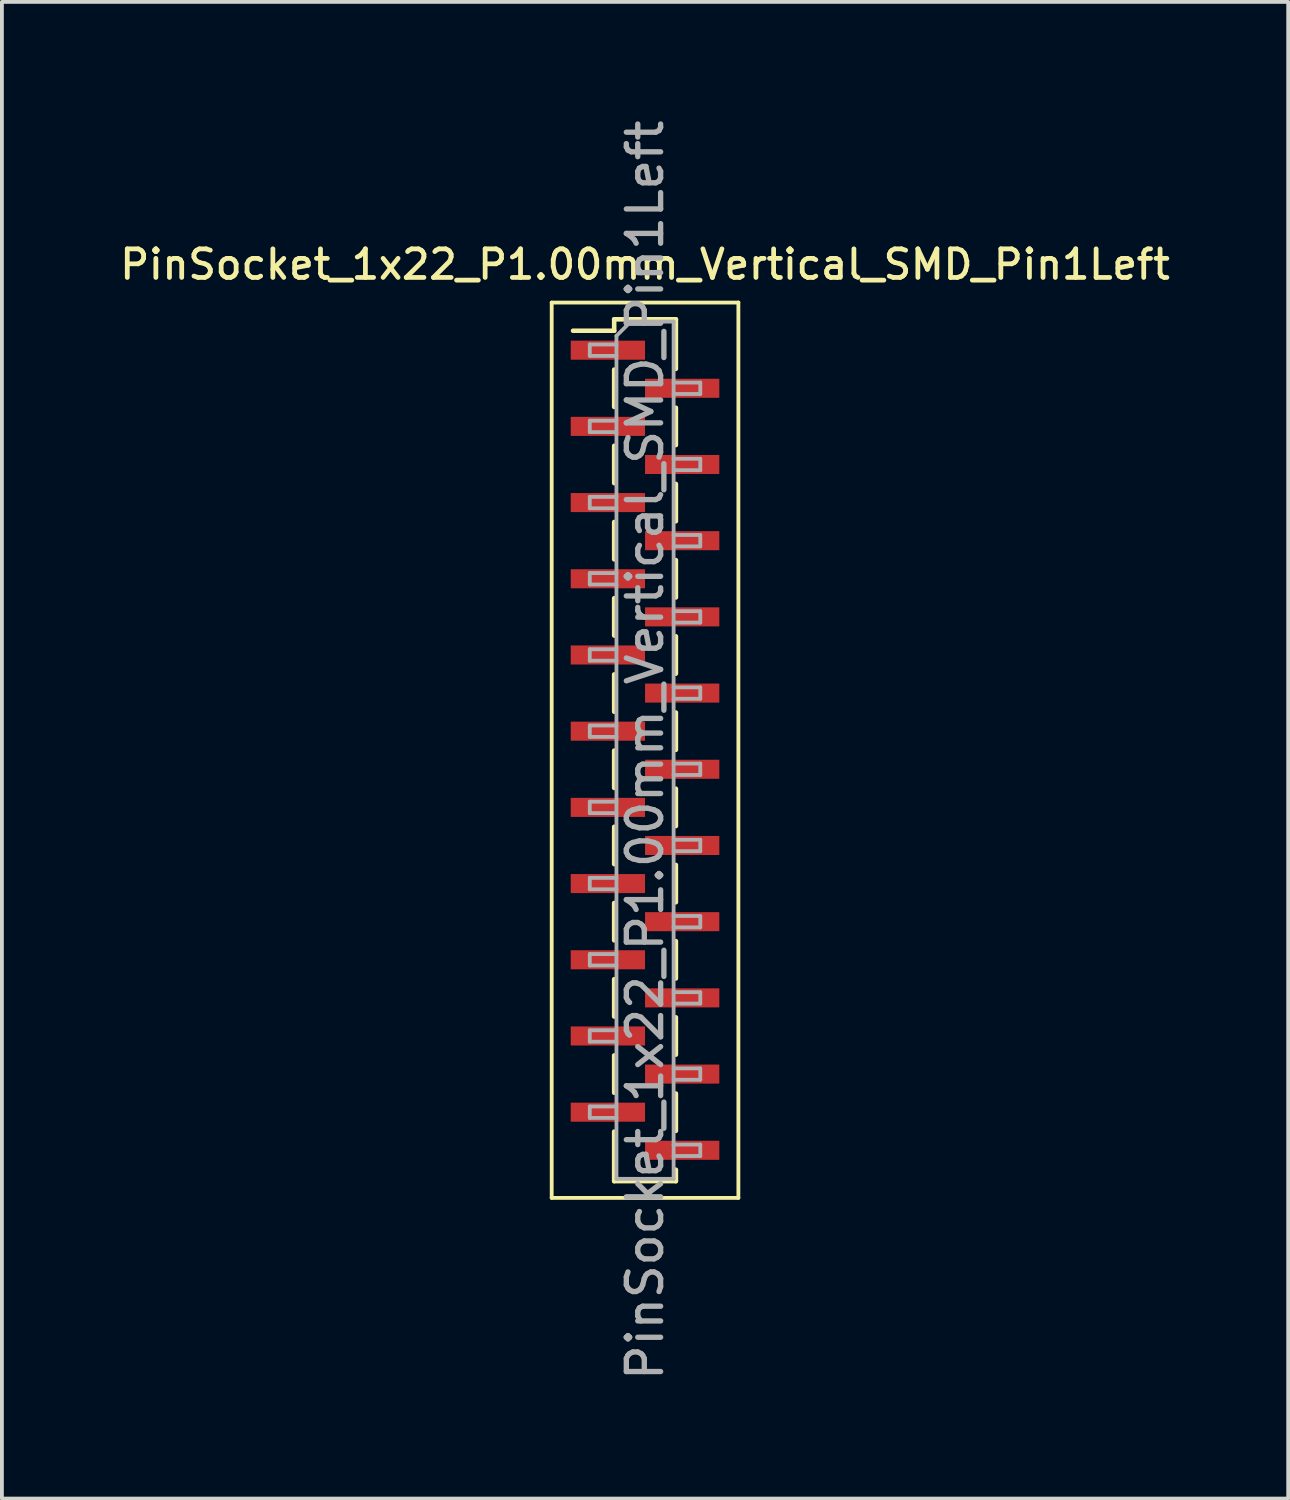
<source format=kicad_pcb>
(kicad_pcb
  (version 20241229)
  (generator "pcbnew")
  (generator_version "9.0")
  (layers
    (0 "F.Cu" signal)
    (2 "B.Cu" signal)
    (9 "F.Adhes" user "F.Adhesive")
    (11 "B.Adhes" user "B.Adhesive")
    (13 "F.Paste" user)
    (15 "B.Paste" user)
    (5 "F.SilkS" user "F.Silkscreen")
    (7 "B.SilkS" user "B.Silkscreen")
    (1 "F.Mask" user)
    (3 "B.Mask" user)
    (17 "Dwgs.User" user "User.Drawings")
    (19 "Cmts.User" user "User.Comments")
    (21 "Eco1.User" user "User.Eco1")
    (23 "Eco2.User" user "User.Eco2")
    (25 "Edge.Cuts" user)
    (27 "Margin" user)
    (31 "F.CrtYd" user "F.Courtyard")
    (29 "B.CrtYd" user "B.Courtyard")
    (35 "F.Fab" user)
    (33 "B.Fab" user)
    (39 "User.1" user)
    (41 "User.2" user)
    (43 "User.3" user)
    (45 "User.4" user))
  (footprint "PinSocket_1x22_P1.00mm_Vertical_SMD_Pin1Left"
    (layer "F.Cu")
    (at 13.88 16.641)
    (property "Reference" "PinSocket_1x22_P1.00mm_Vertical_SMD_Pin1Left" (at 0 -12.75 0) (layer "F.SilkS") (effects (font (size 0.75 0.75) (thickness 0.125))))
    (attr smd)
    (fp_line (start -2.45 -11.75) (end 2.45 -11.75) (stroke (width 0.1) (type solid)) (layer "F.SilkS"))
    (fp_line (start -2.45 11.75) (end -2.45 -11.75) (stroke (width 0.1) (type solid)) (layer "F.SilkS"))
    (fp_line (start -1.89 -11.01) (end -0.81 -11.01) (stroke (width 0.12) (type solid)) (layer "F.SilkS"))
    (fp_line (start -0.81 -11.31) (end -0.81 -11.01) (stroke (width 0.12) (type solid)) (layer "F.SilkS"))
    (fp_line (start -0.81 -11.31) (end 0.81 -11.31) (stroke (width 0.12) (type solid)) (layer "F.SilkS"))
    (fp_line (start -0.81 -9.99) (end -0.81 -9.01) (stroke (width 0.12) (type solid)) (layer "F.SilkS"))
    (fp_line (start -0.81 -7.99) (end -0.81 -7.01) (stroke (width 0.12) (type solid)) (layer "F.SilkS"))
    (fp_line (start -0.81 -5.99) (end -0.81 -5.01) (stroke (width 0.12) (type solid)) (layer "F.SilkS"))
    (fp_line (start -0.81 -3.99) (end -0.81 -3.01) (stroke (width 0.12) (type solid)) (layer "F.SilkS"))
    (fp_line (start -0.81 -1.99) (end -0.81 -1.01) (stroke (width 0.12) (type solid)) (layer "F.SilkS"))
    (fp_line (start -0.81 0.01) (end -0.81 0.99) (stroke (width 0.12) (type solid)) (layer "F.SilkS"))
    (fp_line (start -0.81 2.01) (end -0.81 2.99) (stroke (width 0.12) (type solid)) (layer "F.SilkS"))
    (fp_line (start -0.81 4.01) (end -0.81 4.99) (stroke (width 0.12) (type solid)) (layer "F.SilkS"))
    (fp_line (start -0.81 6.01) (end -0.81 6.99) (stroke (width 0.12) (type solid)) (layer "F.SilkS"))
    (fp_line (start -0.81 8.01) (end -0.81 8.99) (stroke (width 0.12) (type solid)) (layer "F.SilkS"))
    (fp_line (start -0.81 10.01) (end -0.81 11.31) (stroke (width 0.12) (type solid)) (layer "F.SilkS"))
    (fp_line (start -0.81 11.31) (end 0.81 11.31) (stroke (width 0.12) (type solid)) (layer "F.SilkS"))
    (fp_line (start 0.81 -11.31) (end 0.81 -10.01) (stroke (width 0.12) (type solid)) (layer "F.SilkS"))
    (fp_line (start 0.81 -8.99) (end 0.81 -8.01) (stroke (width 0.12) (type solid)) (layer "F.SilkS"))
    (fp_line (start 0.81 -6.99) (end 0.81 -6.01) (stroke (width 0.12) (type solid)) (layer "F.SilkS"))
    (fp_line (start 0.81 -4.99) (end 0.81 -4.01) (stroke (width 0.12) (type solid)) (layer "F.SilkS"))
    (fp_line (start 0.81 -2.99) (end 0.81 -2.01) (stroke (width 0.12) (type solid)) (layer "F.SilkS"))
    (fp_line (start 0.81 -0.99) (end 0.81 -0.01) (stroke (width 0.12) (type solid)) (layer "F.SilkS"))
    (fp_line (start 0.81 1.01) (end 0.81 1.99) (stroke (width 0.12) (type solid)) (layer "F.SilkS"))
    (fp_line (start 0.81 3.01) (end 0.81 3.99) (stroke (width 0.12) (type solid)) (layer "F.SilkS"))
    (fp_line (start 0.81 5.01) (end 0.81 5.99) (stroke (width 0.12) (type solid)) (layer "F.SilkS"))
    (fp_line (start 0.81 7.01) (end 0.81 7.99) (stroke (width 0.12) (type solid)) (layer "F.SilkS"))
    (fp_line (start 0.81 9.01) (end 0.81 9.99) (stroke (width 0.12) (type solid)) (layer "F.SilkS"))
    (fp_line (start 0.81 11.01) (end 0.81 11.31) (stroke (width 0.12) (type solid)) (layer "F.SilkS"))
    (fp_line (start 2.45 -11.75) (end 2.45 11.75) (stroke (width 0.1) (type solid)) (layer "F.SilkS"))
    (fp_line (start 2.45 11.75) (end -2.45 11.75) (stroke (width 0.1) (type solid)) (layer "F.SilkS"))
    (fp_line (start -1.45 -10.65) (end -0.75 -10.65) (stroke (width 0.1) (type solid)) (layer "F.Fab"))
    (fp_line (start -1.45 -10.35) (end -1.45 -10.65) (stroke (width 0.1) (type solid)) (layer "F.Fab"))
    (fp_line (start -1.45 -8.65) (end -0.75 -8.65) (stroke (width 0.1) (type solid)) (layer "F.Fab"))
    (fp_line (start -1.45 -8.35) (end -1.45 -8.65) (stroke (width 0.1) (type solid)) (layer "F.Fab"))
    (fp_line (start -1.45 -6.65) (end -0.75 -6.65) (stroke (width 0.1) (type solid)) (layer "F.Fab"))
    (fp_line (start -1.45 -6.35) (end -1.45 -6.65) (stroke (width 0.1) (type solid)) (layer "F.Fab"))
    (fp_line (start -1.45 -4.65) (end -0.75 -4.65) (stroke (width 0.1) (type solid)) (layer "F.Fab"))
    (fp_line (start -1.45 -4.35) (end -1.45 -4.65) (stroke (width 0.1) (type solid)) (layer "F.Fab"))
    (fp_line (start -1.45 -2.65) (end -0.75 -2.65) (stroke (width 0.1) (type solid)) (layer "F.Fab"))
    (fp_line (start -1.45 -2.35) (end -1.45 -2.65) (stroke (width 0.1) (type solid)) (layer "F.Fab"))
    (fp_line (start -1.45 -0.65) (end -0.75 -0.65) (stroke (width 0.1) (type solid)) (layer "F.Fab"))
    (fp_line (start -1.45 -0.35) (end -1.45 -0.65) (stroke (width 0.1) (type solid)) (layer "F.Fab"))
    (fp_line (start -1.45 1.35) (end -0.75 1.35) (stroke (width 0.1) (type solid)) (layer "F.Fab"))
    (fp_line (start -1.45 1.65) (end -1.45 1.35) (stroke (width 0.1) (type solid)) (layer "F.Fab"))
    (fp_line (start -1.45 3.35) (end -0.75 3.35) (stroke (width 0.1) (type solid)) (layer "F.Fab"))
    (fp_line (start -1.45 3.65) (end -1.45 3.35) (stroke (width 0.1) (type solid)) (layer "F.Fab"))
    (fp_line (start -1.45 5.35) (end -0.75 5.35) (stroke (width 0.1) (type solid)) (layer "F.Fab"))
    (fp_line (start -1.45 5.65) (end -1.45 5.35) (stroke (width 0.1) (type solid)) (layer "F.Fab"))
    (fp_line (start -1.45 7.35) (end -0.75 7.35) (stroke (width 0.1) (type solid)) (layer "F.Fab"))
    (fp_line (start -1.45 7.65) (end -1.45 7.35) (stroke (width 0.1) (type solid)) (layer "F.Fab"))
    (fp_line (start -1.45 9.35) (end -0.75 9.35) (stroke (width 0.1) (type solid)) (layer "F.Fab"))
    (fp_line (start -1.45 9.65) (end -1.45 9.35) (stroke (width 0.1) (type solid)) (layer "F.Fab"))
    (fp_line (start -0.75 -10.875) (end -0.375 -11.25) (stroke (width 0.1) (type solid)) (layer "F.Fab"))
    (fp_line (start -0.75 -10.35) (end -1.45 -10.35) (stroke (width 0.1) (type solid)) (layer "F.Fab"))
    (fp_line (start -0.75 -8.35) (end -1.45 -8.35) (stroke (width 0.1) (type solid)) (layer "F.Fab"))
    (fp_line (start -0.75 -6.35) (end -1.45 -6.35) (stroke (width 0.1) (type solid)) (layer "F.Fab"))
    (fp_line (start -0.75 -4.35) (end -1.45 -4.35) (stroke (width 0.1) (type solid)) (layer "F.Fab"))
    (fp_line (start -0.75 -2.35) (end -1.45 -2.35) (stroke (width 0.1) (type solid)) (layer "F.Fab"))
    (fp_line (start -0.75 -0.35) (end -1.45 -0.35) (stroke (width 0.1) (type solid)) (layer "F.Fab"))
    (fp_line (start -0.75 1.65) (end -1.45 1.65) (stroke (width 0.1) (type solid)) (layer "F.Fab"))
    (fp_line (start -0.75 3.65) (end -1.45 3.65) (stroke (width 0.1) (type solid)) (layer "F.Fab"))
    (fp_line (start -0.75 5.65) (end -1.45 5.65) (stroke (width 0.1) (type solid)) (layer "F.Fab"))
    (fp_line (start -0.75 7.65) (end -1.45 7.65) (stroke (width 0.1) (type solid)) (layer "F.Fab"))
    (fp_line (start -0.75 9.65) (end -1.45 9.65) (stroke (width 0.1) (type solid)) (layer "F.Fab"))
    (fp_line (start -0.75 11.25) (end -0.75 -10.875) (stroke (width 0.1) (type solid)) (layer "F.Fab"))
    (fp_line (start -0.375 -11.25) (end 0.75 -11.25) (stroke (width 0.1) (type solid)) (layer "F.Fab"))
    (fp_line (start 0.75 -11.25) (end 0.75 11.25) (stroke (width 0.1) (type solid)) (layer "F.Fab"))
    (fp_line (start 0.75 -9.65) (end 1.45 -9.65) (stroke (width 0.1) (type solid)) (layer "F.Fab"))
    (fp_line (start 0.75 -7.65) (end 1.45 -7.65) (stroke (width 0.1) (type solid)) (layer "F.Fab"))
    (fp_line (start 0.75 -5.65) (end 1.45 -5.65) (stroke (width 0.1) (type solid)) (layer "F.Fab"))
    (fp_line (start 0.75 -3.65) (end 1.45 -3.65) (stroke (width 0.1) (type solid)) (layer "F.Fab"))
    (fp_line (start 0.75 -1.65) (end 1.45 -1.65) (stroke (width 0.1) (type solid)) (layer "F.Fab"))
    (fp_line (start 0.75 0.35) (end 1.45 0.35) (stroke (width 0.1) (type solid)) (layer "F.Fab"))
    (fp_line (start 0.75 2.35) (end 1.45 2.35) (stroke (width 0.1) (type solid)) (layer "F.Fab"))
    (fp_line (start 0.75 4.35) (end 1.45 4.35) (stroke (width 0.1) (type solid)) (layer "F.Fab"))
    (fp_line (start 0.75 6.35) (end 1.45 6.35) (stroke (width 0.1) (type solid)) (layer "F.Fab"))
    (fp_line (start 0.75 8.35) (end 1.45 8.35) (stroke (width 0.1) (type solid)) (layer "F.Fab"))
    (fp_line (start 0.75 10.35) (end 1.45 10.35) (stroke (width 0.1) (type solid)) (layer "F.Fab"))
    (fp_line (start 0.75 11.25) (end -0.75 11.25) (stroke (width 0.1) (type solid)) (layer "F.Fab"))
    (fp_line (start 1.45 -9.65) (end 1.45 -9.35) (stroke (width 0.1) (type solid)) (layer "F.Fab"))
    (fp_line (start 1.45 -9.35) (end 0.75 -9.35) (stroke (width 0.1) (type solid)) (layer "F.Fab"))
    (fp_line (start 1.45 -7.65) (end 1.45 -7.35) (stroke (width 0.1) (type solid)) (layer "F.Fab"))
    (fp_line (start 1.45 -7.35) (end 0.75 -7.35) (stroke (width 0.1) (type solid)) (layer "F.Fab"))
    (fp_line (start 1.45 -5.65) (end 1.45 -5.35) (stroke (width 0.1) (type solid)) (layer "F.Fab"))
    (fp_line (start 1.45 -5.35) (end 0.75 -5.35) (stroke (width 0.1) (type solid)) (layer "F.Fab"))
    (fp_line (start 1.45 -3.65) (end 1.45 -3.35) (stroke (width 0.1) (type solid)) (layer "F.Fab"))
    (fp_line (start 1.45 -3.35) (end 0.75 -3.35) (stroke (width 0.1) (type solid)) (layer "F.Fab"))
    (fp_line (start 1.45 -1.65) (end 1.45 -1.35) (stroke (width 0.1) (type solid)) (layer "F.Fab"))
    (fp_line (start 1.45 -1.35) (end 0.75 -1.35) (stroke (width 0.1) (type solid)) (layer "F.Fab"))
    (fp_line (start 1.45 0.35) (end 1.45 0.65) (stroke (width 0.1) (type solid)) (layer "F.Fab"))
    (fp_line (start 1.45 0.65) (end 0.75 0.65) (stroke (width 0.1) (type solid)) (layer "F.Fab"))
    (fp_line (start 1.45 2.35) (end 1.45 2.65) (stroke (width 0.1) (type solid)) (layer "F.Fab"))
    (fp_line (start 1.45 2.65) (end 0.75 2.65) (stroke (width 0.1) (type solid)) (layer "F.Fab"))
    (fp_line (start 1.45 4.35) (end 1.45 4.65) (stroke (width 0.1) (type solid)) (layer "F.Fab"))
    (fp_line (start 1.45 4.65) (end 0.75 4.65) (stroke (width 0.1) (type solid)) (layer "F.Fab"))
    (fp_line (start 1.45 6.35) (end 1.45 6.65) (stroke (width 0.1) (type solid)) (layer "F.Fab"))
    (fp_line (start 1.45 6.65) (end 0.75 6.65) (stroke (width 0.1) (type solid)) (layer "F.Fab"))
    (fp_line (start 1.45 8.35) (end 1.45 8.65) (stroke (width 0.1) (type solid)) (layer "F.Fab"))
    (fp_line (start 1.45 8.65) (end 0.75 8.65) (stroke (width 0.1) (type solid)) (layer "F.Fab"))
    (fp_line (start 1.45 10.35) (end 1.45 10.65) (stroke (width 0.1) (type solid)) (layer "F.Fab"))
    (fp_line (start 1.45 10.65) (end 0.75 10.65) (stroke (width 0.1) (type solid)) (layer "F.Fab"))
    (fp_text user "${REFERENCE}" (at 0 0 90) (layer "F.Fab") (effects (font (size 0.9 0.9) (thickness 0.14))))
    (pad "1" smd rect (at -0.975 -10.5) (size 1.95 0.5) (layers "F.Cu" "F.Mask" "F.Paste"))
    (pad "2" smd rect (at 0.975 -9.5) (size 1.95 0.5) (layers "F.Cu" "F.Mask" "F.Paste"))
    (pad "3" smd rect (at -0.975 -8.5) (size 1.95 0.5) (layers "F.Cu" "F.Mask" "F.Paste"))
    (pad "4" smd rect (at 0.975 -7.5) (size 1.95 0.5) (layers "F.Cu" "F.Mask" "F.Paste"))
    (pad "5" smd rect (at -0.975 -6.5) (size 1.95 0.5) (layers "F.Cu" "F.Mask" "F.Paste"))
    (pad "6" smd rect (at 0.975 -5.5) (size 1.95 0.5) (layers "F.Cu" "F.Mask" "F.Paste"))
    (pad "7" smd rect (at -0.975 -4.5) (size 1.95 0.5) (layers "F.Cu" "F.Mask" "F.Paste"))
    (pad "8" smd rect (at 0.975 -3.5) (size 1.95 0.5) (layers "F.Cu" "F.Mask" "F.Paste"))
    (pad "9" smd rect (at -0.975 -2.5) (size 1.95 0.5) (layers "F.Cu" "F.Mask" "F.Paste"))
    (pad "10" smd rect (at 0.975 -1.5) (size 1.95 0.5) (layers "F.Cu" "F.Mask" "F.Paste"))
    (pad "11" smd rect (at -0.975 -0.5) (size 1.95 0.5) (layers "F.Cu" "F.Mask" "F.Paste"))
    (pad "12" smd rect (at 0.975 0.5) (size 1.95 0.5) (layers "F.Cu" "F.Mask" "F.Paste"))
    (pad "13" smd rect (at -0.975 1.5) (size 1.95 0.5) (layers "F.Cu" "F.Mask" "F.Paste"))
    (pad "14" smd rect (at 0.975 2.5) (size 1.95 0.5) (layers "F.Cu" "F.Mask" "F.Paste"))
    (pad "15" smd rect (at -0.975 3.5) (size 1.95 0.5) (layers "F.Cu" "F.Mask" "F.Paste"))
    (pad "16" smd rect (at 0.975 4.5) (size 1.95 0.5) (layers "F.Cu" "F.Mask" "F.Paste"))
    (pad "17" smd rect (at -0.975 5.5) (size 1.95 0.5) (layers "F.Cu" "F.Mask" "F.Paste"))
    (pad "18" smd rect (at 0.975 6.5) (size 1.95 0.5) (layers "F.Cu" "F.Mask" "F.Paste"))
    (pad "19" smd rect (at -0.975 7.5) (size 1.95 0.5) (layers "F.Cu" "F.Mask" "F.Paste"))
    (pad "20" smd rect (at 0.975 8.5) (size 1.95 0.5) (layers "F.Cu" "F.Mask" "F.Paste"))
    (pad "21" smd rect (at -0.975 9.5) (size 1.95 0.5) (layers "F.Cu" "F.Mask" "F.Paste"))
    (pad "22" smd rect (at 0.975 10.5) (size 1.95 0.5) (layers "F.Cu" "F.Mask" "F.Paste")))
  (gr_rect
    (start -3 -3)
    (end 30.761 36.283)
    (stroke (width 0.1) (type default))
    (fill no)
    (layer "Edge.Cuts")))
</source>
